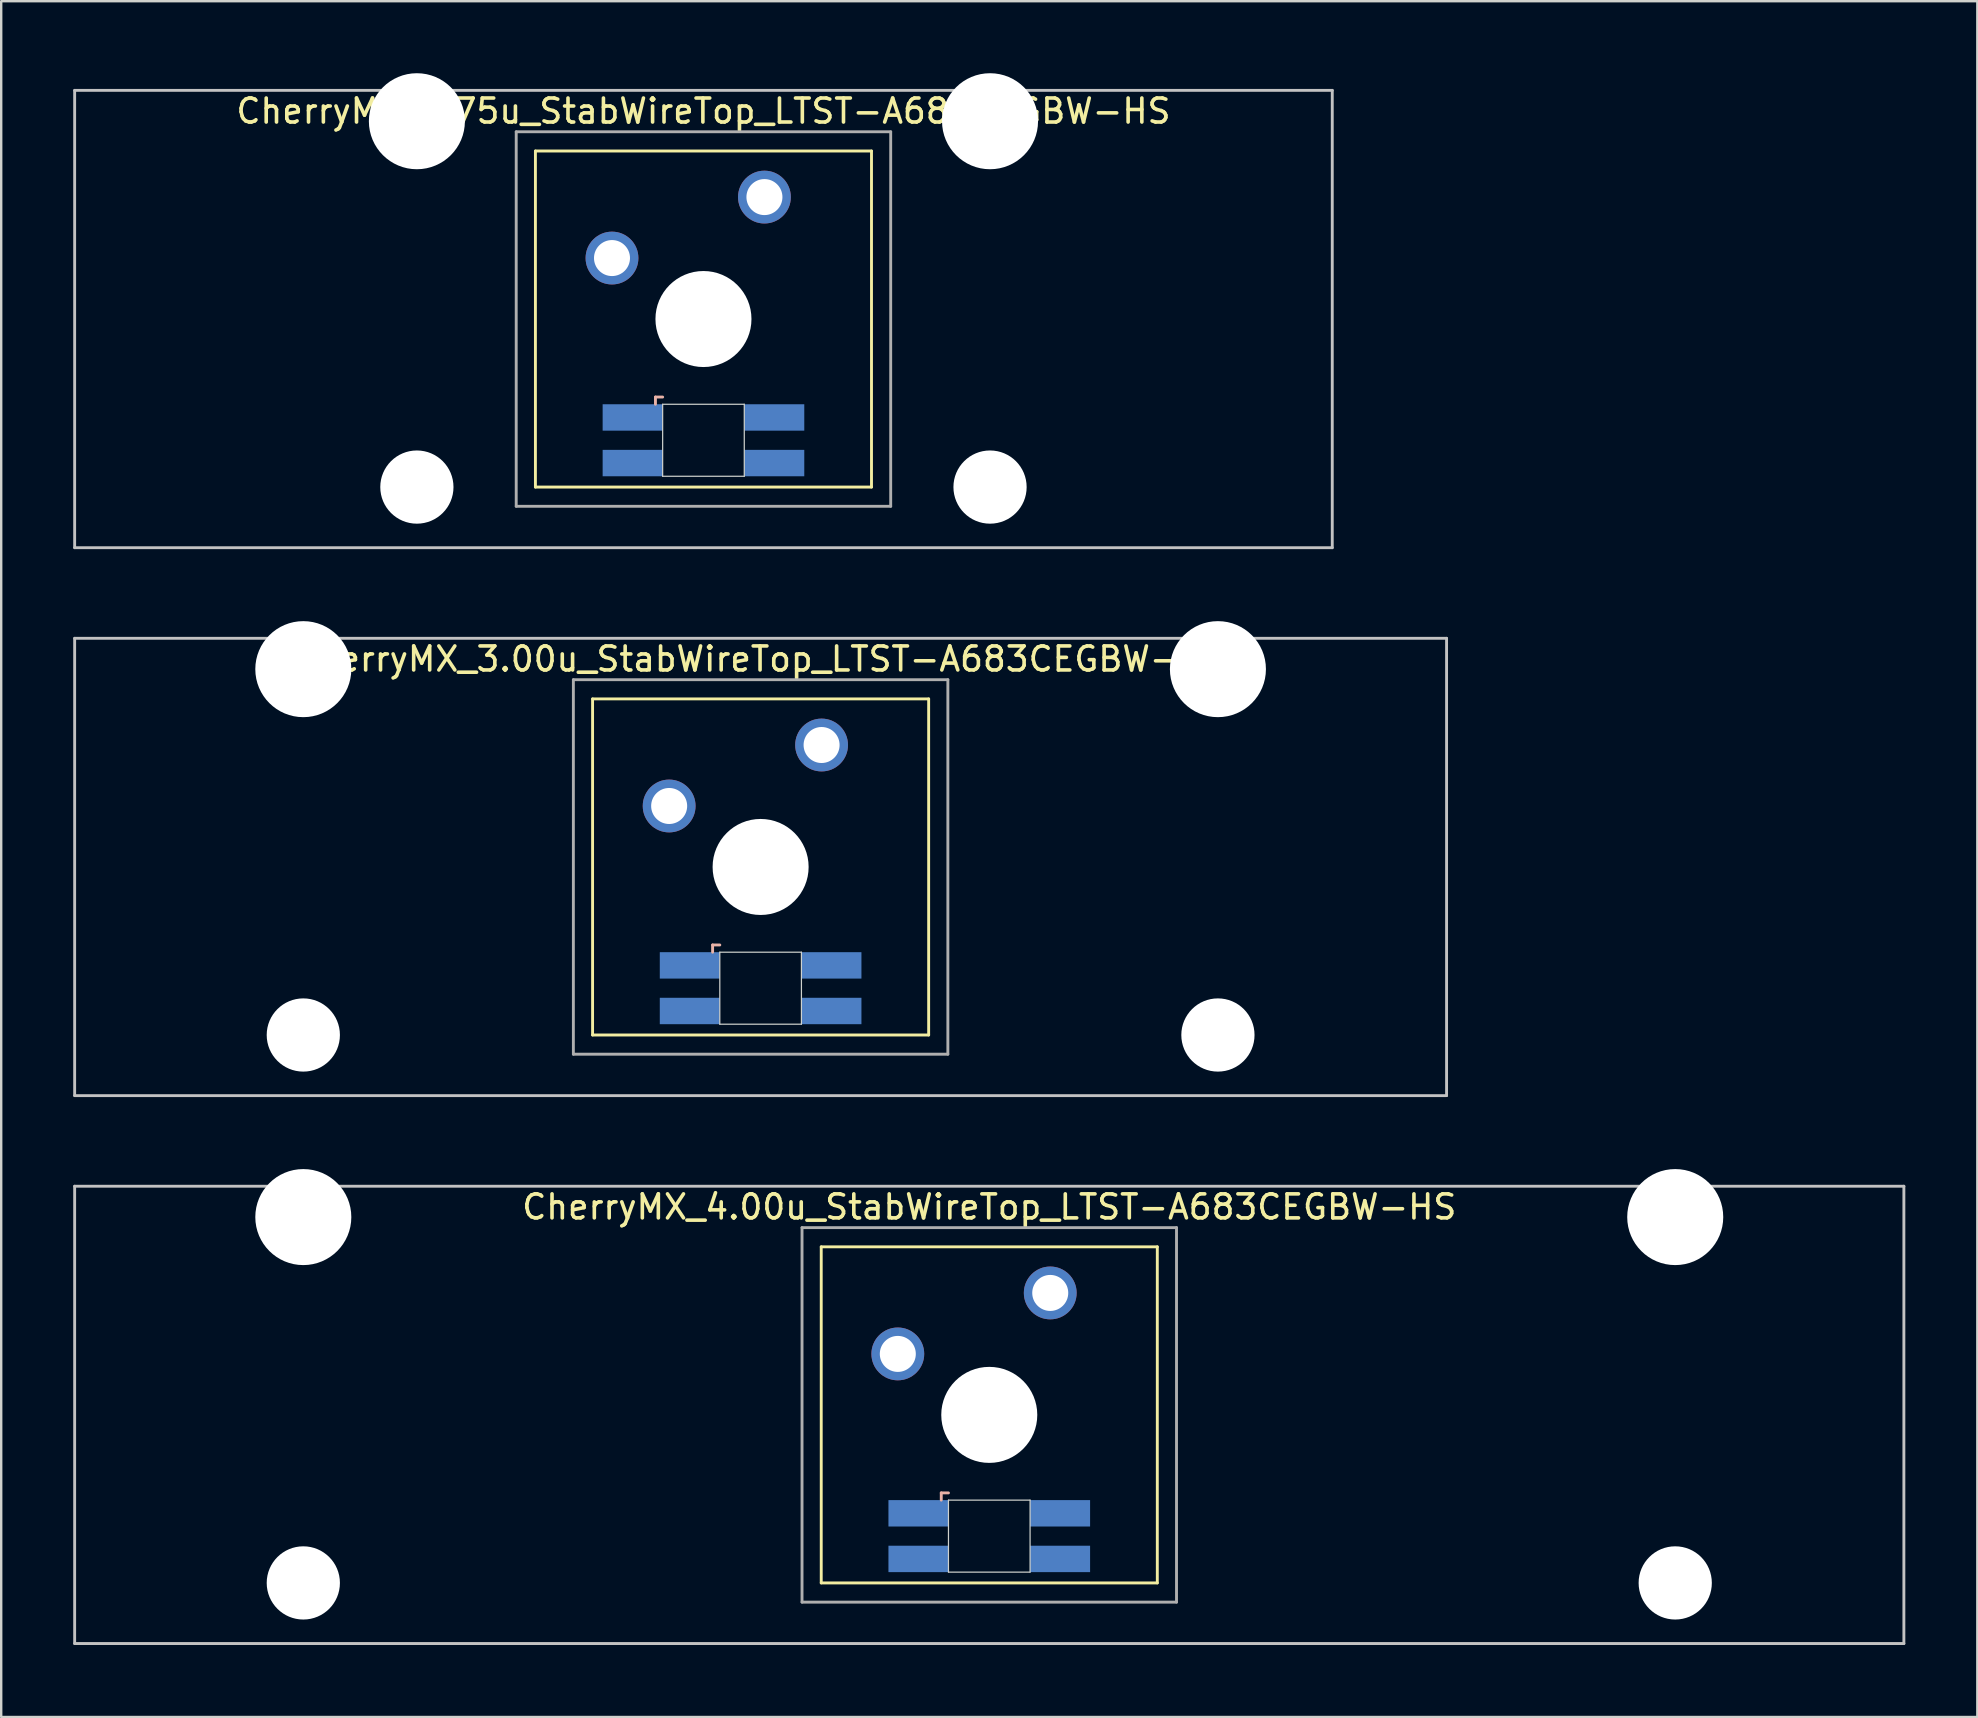
<source format=kicad_pcb>
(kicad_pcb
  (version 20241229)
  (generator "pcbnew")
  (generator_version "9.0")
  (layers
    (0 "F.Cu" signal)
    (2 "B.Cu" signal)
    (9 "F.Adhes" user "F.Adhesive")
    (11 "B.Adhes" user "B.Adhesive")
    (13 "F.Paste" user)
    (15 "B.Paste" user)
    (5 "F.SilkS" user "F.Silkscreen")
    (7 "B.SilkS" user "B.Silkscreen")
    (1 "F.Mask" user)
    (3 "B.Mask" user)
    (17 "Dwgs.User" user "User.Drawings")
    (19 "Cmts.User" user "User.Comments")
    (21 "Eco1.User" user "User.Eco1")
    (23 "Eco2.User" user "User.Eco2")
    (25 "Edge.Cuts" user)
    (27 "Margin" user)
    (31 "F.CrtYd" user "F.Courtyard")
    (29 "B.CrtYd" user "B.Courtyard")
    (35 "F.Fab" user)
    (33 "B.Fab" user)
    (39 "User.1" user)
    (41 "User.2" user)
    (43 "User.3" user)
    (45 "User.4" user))
  (footprint "CherryMX_2.75u_StabWireTop_LTST-A683CEGBW-HS"
    (layer "F.Cu")
    (at 26.254 10.24)
    (property "Reference" "CherryMX_2.75u_StabWireTop_LTST-A683CEGBW-HS" (at 0 -8.662 0) (layer "F.SilkS") (effects (font (size 1 1) (thickness 0.15))))
    (attr through_hole)
    (fp_line (start -7 -7) (end -7 7) (stroke (width 0.12) (type solid)) (layer "F.SilkS"))
    (fp_line (start -7 -7) (end 7 -7) (stroke (width 0.12) (type solid)) (layer "F.SilkS"))
    (fp_line (start 7 -7) (end 7 7) (stroke (width 0.12) (type solid)) (layer "F.SilkS"))
    (fp_line (start 7 7) (end -7 7) (stroke (width 0.12) (type solid)) (layer "F.SilkS"))
    (fp_line (start -2 3.25) (end -2 3.55) (stroke (width 0.12) (type solid)) (layer "B.SilkS"))
    (fp_line (start -1.7 3.25) (end -2 3.25) (stroke (width 0.12) (type solid)) (layer "B.SilkS"))
    (fp_line (start -26.194 -9.525) (end 26.194 -9.525) (stroke (width 0.12) (type solid)) (layer "Dwgs.User"))
    (fp_line (start -26.194 9.525) (end -26.194 -9.525) (stroke (width 0.12) (type solid)) (layer "Dwgs.User"))
    (fp_line (start 26.194 -9.525) (end 26.194 9.525) (stroke (width 0.12) (type solid)) (layer "Dwgs.User"))
    (fp_line (start 26.194 9.525) (end -26.194 9.525) (stroke (width 0.12) (type solid)) (layer "Dwgs.User"))
    (fp_line (start -1.7 3.55) (end 1.7 3.55) (stroke (width 0.05) (type solid)) (layer "Edge.Cuts"))
    (fp_line (start -1.7 6.55) (end -1.7 3.55) (stroke (width 0.05) (type solid)) (layer "Edge.Cuts"))
    (fp_line (start 1.7 3.55) (end 1.7 6.55) (stroke (width 0.05) (type solid)) (layer "Edge.Cuts"))
    (fp_line (start 1.7 6.55) (end -1.7 6.55) (stroke (width 0.05) (type solid)) (layer "Edge.Cuts"))
    (fp_line (start -7.8 -7.8) (end -7.8 7.8) (stroke (width 0.12) (type solid)) (layer "F.Fab"))
    (fp_line (start -7.8 -7.8) (end 7.8 -7.8) (stroke (width 0.12) (type solid)) (layer "F.Fab"))
    (fp_line (start -7.8 7.8) (end 7.8 7.8) (stroke (width 0.12) (type solid)) (layer "F.Fab"))
    (fp_line (start 7.8 -7.8) (end 7.8 7.8) (stroke (width 0.12) (type solid)) (layer "F.Fab"))
    (pad "" np_thru_hole circle (at -11.938 -8.24) (size 4 4) (drill 4) (layers "*.Cu" "*.Mask"))
    (pad "" np_thru_hole circle (at -11.938 7) (size 3.05 3.05) (drill 3.05) (layers "*.Cu" "*.Mask"))
    (pad "" np_thru_hole circle (at 0 0) (size 4 4) (drill 4) (layers "*.Cu" "*.Mask"))
    (pad "" np_thru_hole circle (at 11.938 -8.24) (size 4 4) (drill 4) (layers "*.Cu" "*.Mask"))
    (pad "" np_thru_hole circle (at 11.938 7) (size 3.05 3.05) (drill 3.05) (layers "*.Cu" "*.Mask"))
    (pad "1" thru_hole circle (at -3.81 -2.54) (size 2.2 2.2) (drill 1.5) (layers "*.Cu" "*.Mask"))
    (pad "2" thru_hole circle (at 2.54 -5.08) (size 2.2 2.2) (drill 1.5) (layers "*.Cu" "*.Mask"))
    (pad "3" smd rect (at -2.95 4.1) (size 2.5 1.1) (layers "B.Cu" "B.Mask" "B.Paste"))
    (pad "4" smd rect (at -2.95 6) (size 2.5 1.1) (layers "B.Cu" "B.Mask" "B.Paste"))
    (pad "5" smd rect (at 2.95 4.1) (size 2.5 1.1) (layers "B.Cu" "B.Mask" "B.Paste"))
    (pad "6" smd rect (at 2.95 6) (size 2.5 1.1) (layers "B.Cu" "B.Mask" "B.Paste")))
  (footprint "CherryMX_3.00u_StabWireTop_LTST-A683CEGBW-HS"
    (layer "F.Cu")
    (at 28.635 33.065)
    (property "Reference" "CherryMX_3.00u_StabWireTop_LTST-A683CEGBW-HS" (at 0 -8.662 0) (layer "F.SilkS") (effects (font (size 1 1) (thickness 0.15))))
    (attr through_hole)
    (fp_line (start -7 -7) (end -7 7) (stroke (width 0.12) (type solid)) (layer "F.SilkS"))
    (fp_line (start -7 -7) (end 7 -7) (stroke (width 0.12) (type solid)) (layer "F.SilkS"))
    (fp_line (start 7 -7) (end 7 7) (stroke (width 0.12) (type solid)) (layer "F.SilkS"))
    (fp_line (start 7 7) (end -7 7) (stroke (width 0.12) (type solid)) (layer "F.SilkS"))
    (fp_line (start -2 3.25) (end -2 3.55) (stroke (width 0.12) (type solid)) (layer "B.SilkS"))
    (fp_line (start -1.7 3.25) (end -2 3.25) (stroke (width 0.12) (type solid)) (layer "B.SilkS"))
    (fp_line (start -28.575 -9.525) (end 28.575 -9.525) (stroke (width 0.12) (type solid)) (layer "Dwgs.User"))
    (fp_line (start -28.575 9.525) (end -28.575 -9.525) (stroke (width 0.12) (type solid)) (layer "Dwgs.User"))
    (fp_line (start 28.575 -9.525) (end 28.575 9.525) (stroke (width 0.12) (type solid)) (layer "Dwgs.User"))
    (fp_line (start 28.575 9.525) (end -28.575 9.525) (stroke (width 0.12) (type solid)) (layer "Dwgs.User"))
    (fp_line (start -1.7 3.55) (end 1.7 3.55) (stroke (width 0.05) (type solid)) (layer "Edge.Cuts"))
    (fp_line (start -1.7 6.55) (end -1.7 3.55) (stroke (width 0.05) (type solid)) (layer "Edge.Cuts"))
    (fp_line (start 1.7 3.55) (end 1.7 6.55) (stroke (width 0.05) (type solid)) (layer "Edge.Cuts"))
    (fp_line (start 1.7 6.55) (end -1.7 6.55) (stroke (width 0.05) (type solid)) (layer "Edge.Cuts"))
    (fp_line (start -7.8 -7.8) (end -7.8 7.8) (stroke (width 0.12) (type solid)) (layer "F.Fab"))
    (fp_line (start -7.8 -7.8) (end 7.8 -7.8) (stroke (width 0.12) (type solid)) (layer "F.Fab"))
    (fp_line (start -7.8 7.8) (end 7.8 7.8) (stroke (width 0.12) (type solid)) (layer "F.Fab"))
    (fp_line (start 7.8 -7.8) (end 7.8 7.8) (stroke (width 0.12) (type solid)) (layer "F.Fab"))
    (pad "" np_thru_hole circle (at -19.05 -8.24) (size 4 4) (drill 4) (layers "*.Cu" "*.Mask"))
    (pad "" np_thru_hole circle (at -19.05 7) (size 3.05 3.05) (drill 3.05) (layers "*.Cu" "*.Mask"))
    (pad "" np_thru_hole circle (at 0 0) (size 4 4) (drill 4) (layers "*.Cu" "*.Mask"))
    (pad "" np_thru_hole circle (at 19.05 -8.24) (size 4 4) (drill 4) (layers "*.Cu" "*.Mask"))
    (pad "" np_thru_hole circle (at 19.05 7) (size 3.05 3.05) (drill 3.05) (layers "*.Cu" "*.Mask"))
    (pad "1" thru_hole circle (at -3.81 -2.54) (size 2.2 2.2) (drill 1.5) (layers "*.Cu" "*.Mask"))
    (pad "2" thru_hole circle (at 2.54 -5.08) (size 2.2 2.2) (drill 1.5) (layers "*.Cu" "*.Mask"))
    (pad "3" smd rect (at -2.95 4.1) (size 2.5 1.1) (layers "B.Cu" "B.Mask" "B.Paste"))
    (pad "4" smd rect (at -2.95 6) (size 2.5 1.1) (layers "B.Cu" "B.Mask" "B.Paste"))
    (pad "5" smd rect (at 2.95 4.1) (size 2.5 1.1) (layers "B.Cu" "B.Mask" "B.Paste"))
    (pad "6" smd rect (at 2.95 6) (size 2.5 1.1) (layers "B.Cu" "B.Mask" "B.Paste")))
  (footprint "CherryMX_4.00u_StabWireTop_LTST-A683CEGBW-HS"
    (layer "F.Cu")
    (at 38.16 55.89)
    (property "Reference" "CherryMX_4.00u_StabWireTop_LTST-A683CEGBW-HS" (at 0 -8.662 0) (layer "F.SilkS") (effects (font (size 1 1) (thickness 0.15))))
    (attr through_hole)
    (fp_line (start -7 -7) (end -7 7) (stroke (width 0.12) (type solid)) (layer "F.SilkS"))
    (fp_line (start -7 -7) (end 7 -7) (stroke (width 0.12) (type solid)) (layer "F.SilkS"))
    (fp_line (start 7 -7) (end 7 7) (stroke (width 0.12) (type solid)) (layer "F.SilkS"))
    (fp_line (start 7 7) (end -7 7) (stroke (width 0.12) (type solid)) (layer "F.SilkS"))
    (fp_line (start -2 3.25) (end -2 3.55) (stroke (width 0.12) (type solid)) (layer "B.SilkS"))
    (fp_line (start -1.7 3.25) (end -2 3.25) (stroke (width 0.12) (type solid)) (layer "B.SilkS"))
    (fp_line (start -38.1 -9.525) (end 38.1 -9.525) (stroke (width 0.12) (type solid)) (layer "Dwgs.User"))
    (fp_line (start -38.1 9.525) (end -38.1 -9.525) (stroke (width 0.12) (type solid)) (layer "Dwgs.User"))
    (fp_line (start 38.1 -9.525) (end 38.1 9.525) (stroke (width 0.12) (type solid)) (layer "Dwgs.User"))
    (fp_line (start 38.1 9.525) (end -38.1 9.525) (stroke (width 0.12) (type solid)) (layer "Dwgs.User"))
    (fp_line (start -1.7 3.55) (end 1.7 3.55) (stroke (width 0.05) (type solid)) (layer "Edge.Cuts"))
    (fp_line (start -1.7 6.55) (end -1.7 3.55) (stroke (width 0.05) (type solid)) (layer "Edge.Cuts"))
    (fp_line (start 1.7 3.55) (end 1.7 6.55) (stroke (width 0.05) (type solid)) (layer "Edge.Cuts"))
    (fp_line (start 1.7 6.55) (end -1.7 6.55) (stroke (width 0.05) (type solid)) (layer "Edge.Cuts"))
    (fp_line (start -7.8 -7.8) (end -7.8 7.8) (stroke (width 0.12) (type solid)) (layer "F.Fab"))
    (fp_line (start -7.8 -7.8) (end 7.8 -7.8) (stroke (width 0.12) (type solid)) (layer "F.Fab"))
    (fp_line (start -7.8 7.8) (end 7.8 7.8) (stroke (width 0.12) (type solid)) (layer "F.Fab"))
    (fp_line (start 7.8 -7.8) (end 7.8 7.8) (stroke (width 0.12) (type solid)) (layer "F.Fab"))
    (pad "" np_thru_hole circle (at -28.575 -8.24) (size 4 4) (drill 4) (layers "*.Cu" "*.Mask"))
    (pad "" np_thru_hole circle (at -28.575 7) (size 3.05 3.05) (drill 3.05) (layers "*.Cu" "*.Mask"))
    (pad "" np_thru_hole circle (at 0 0) (size 4 4) (drill 4) (layers "*.Cu" "*.Mask"))
    (pad "" np_thru_hole circle (at 28.575 -8.24) (size 4 4) (drill 4) (layers "*.Cu" "*.Mask"))
    (pad "" np_thru_hole circle (at 28.575 7) (size 3.05 3.05) (drill 3.05) (layers "*.Cu" "*.Mask"))
    (pad "1" thru_hole circle (at -3.81 -2.54) (size 2.2 2.2) (drill 1.5) (layers "*.Cu" "*.Mask"))
    (pad "2" thru_hole circle (at 2.54 -5.08) (size 2.2 2.2) (drill 1.5) (layers "*.Cu" "*.Mask"))
    (pad "3" smd rect (at -2.95 4.1) (size 2.5 1.1) (layers "B.Cu" "B.Mask" "B.Paste"))
    (pad "4" smd rect (at -2.95 6) (size 2.5 1.1) (layers "B.Cu" "B.Mask" "B.Paste"))
    (pad "5" smd rect (at 2.95 4.1) (size 2.5 1.1) (layers "B.Cu" "B.Mask" "B.Paste"))
    (pad "6" smd rect (at 2.95 6) (size 2.5 1.1) (layers "B.Cu" "B.Mask" "B.Paste")))
  (gr_rect
    (start -3 -3)
    (end 79.32 68.475)
    (stroke (width 0.1) (type default))
    (fill no)
    (layer "Edge.Cuts")))
</source>
